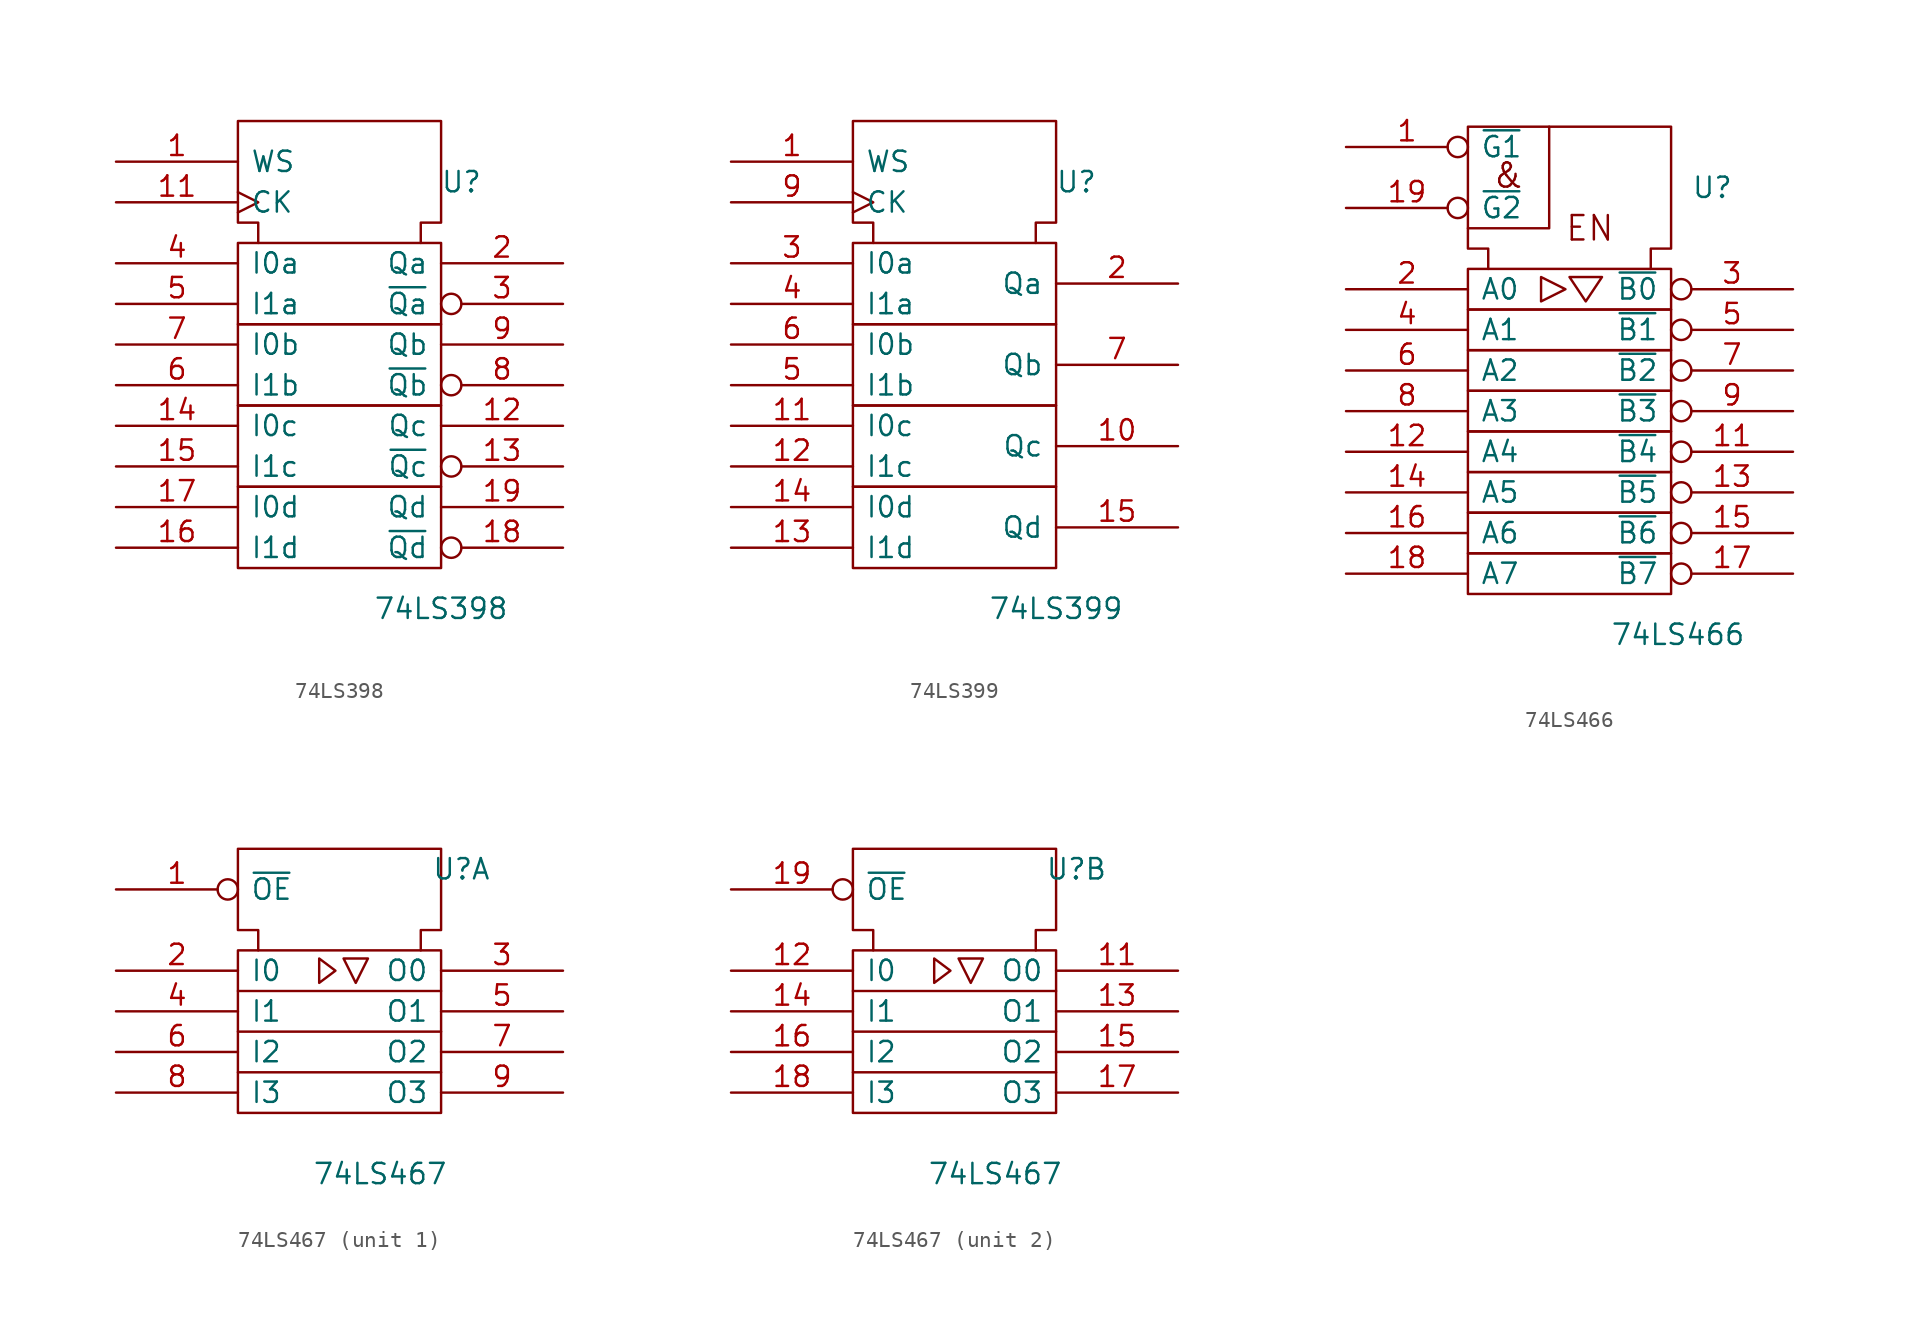
<source format=kicad_sym>
(kicad_symbol_lib
  (version 20201005)
  (generator kicad_symbol_editor)
  (symbol "74LS398"
    (pin_names
      (offset 0.762))
    (property "Reference" "U"
      (at 7.62 10.16 0)
      (effects (font (size 1.27 1.27))))
    (property "Value" "74LS398"
      (at 6.35 -16.51 0)
      (effects (font (size 1.27 1.27))))
    (symbol "74LS398_0_0"
      (rectangle (start -6.35 -8.89) (end 6.35 -13.97) (stroke (width 0)) (fill (type none)))
      (rectangle (start -6.35 -3.81) (end 6.35 -8.89) (stroke (width 0)) (fill (type none)))
      (rectangle (start -6.35 1.27) (end 6.35 -3.81) (stroke (width 0)) (fill (type none)))
      (rectangle (start -6.35 6.35) (end 6.35 1.27) (stroke (width 0)) (fill (type none)))
      (polyline (pts (xy -5.08 6.35) (xy -5.08 7.62) (xy -6.35 7.62) (xy -6.35 13.97) (xy 6.35 13.97) (xy 6.35 7.62) (xy 5.08 7.62) (xy 5.08 6.35) (xy 5.08 6.35)) (stroke (width 0)) (fill (type none)))
      (pin power_in line (at 0 13.97 270) (length 0) hide (name "GND" (effects (font (size 1.27 1.27)))) (number "10" (effects (font (size 1.27 1.27)))))
      (pin power_in line (at 3.81 13.97 270) (length 0) hide (name "VCC" (effects (font (size 1.27 1.27)))) (number "20" (effects (font (size 1.27 1.27))))))
    (symbol "74LS398_1_1"
      (pin input line (at -13.97 11.43 0) (length 7.62) (name "WS" (effects (font (size 1.27 1.27)))) (number "1" (effects (font (size 1.27 1.27)))))
      (pin input clock (at -13.97 8.89 0) (length 7.62) (name "CK" (effects (font (size 1.27 1.27)))) (number "11" (effects (font (size 1.27 1.27)))))
      (pin tri_state line (at 13.97 -5.08 180) (length 7.62) (name "Qc" (effects (font (size 1.27 1.27)))) (number "12" (effects (font (size 1.27 1.27)))))
      (pin output inverted (at 13.97 -7.62 180) (length 7.62) (name "~Qc" (effects (font (size 1.27 1.27)))) (number "13" (effects (font (size 1.27 1.27)))))
      (pin input line (at -13.97 -5.08 0) (length 7.62) (name "I0c" (effects (font (size 1.27 1.27)))) (number "14" (effects (font (size 1.27 1.27)))))
      (pin input line (at -13.97 -7.62 0) (length 7.62) (name "I1c" (effects (font (size 1.27 1.27)))) (number "15" (effects (font (size 1.27 1.27)))))
      (pin input line (at -13.97 -12.7 0) (length 7.62) (name "I1d" (effects (font (size 1.27 1.27)))) (number "16" (effects (font (size 1.27 1.27)))))
      (pin input line (at -13.97 -10.16 0) (length 7.62) (name "I0d" (effects (font (size 1.27 1.27)))) (number "17" (effects (font (size 1.27 1.27)))))
      (pin output inverted (at 13.97 -12.7 180) (length 7.62) (name "~Qd" (effects (font (size 1.27 1.27)))) (number "18" (effects (font (size 1.27 1.27)))))
      (pin tri_state line (at 13.97 -10.16 180) (length 7.62) (name "Qd" (effects (font (size 1.27 1.27)))) (number "19" (effects (font (size 1.27 1.27)))))
      (pin tri_state line (at 13.97 5.08 180) (length 7.62) (name "Qa" (effects (font (size 1.27 1.27)))) (number "2" (effects (font (size 1.27 1.27)))))
      (pin output inverted (at 13.97 2.54 180) (length 7.62) (name "~Qa" (effects (font (size 1.27 1.27)))) (number "3" (effects (font (size 1.27 1.27)))))
      (pin input line (at -13.97 5.08 0) (length 7.62) (name "I0a" (effects (font (size 1.27 1.27)))) (number "4" (effects (font (size 1.27 1.27)))))
      (pin input line (at -13.97 2.54 0) (length 7.62) (name "I1a" (effects (font (size 1.27 1.27)))) (number "5" (effects (font (size 1.27 1.27)))))
      (pin input line (at -13.97 -2.54 0) (length 7.62) (name "I1b" (effects (font (size 1.27 1.27)))) (number "6" (effects (font (size 1.27 1.27)))))
      (pin input line (at -13.97 0 0) (length 7.62) (name "I0b" (effects (font (size 1.27 1.27)))) (number "7" (effects (font (size 1.27 1.27)))))
      (pin output inverted (at 13.97 -2.54 180) (length 7.62) (name "~Qb" (effects (font (size 1.27 1.27)))) (number "8" (effects (font (size 1.27 1.27)))))
      (pin tri_state line (at 13.97 0 180) (length 7.62) (name "Qb" (effects (font (size 1.27 1.27)))) (number "9" (effects (font (size 1.27 1.27)))))))
  (symbol "74LS399"
    (pin_names
      (offset 0.762))
    (property "Reference" "U"
      (at 7.62 10.16 0)
      (effects (font (size 1.27 1.27))))
    (property "Value" "74LS399"
      (at 6.35 -16.51 0)
      (effects (font (size 1.27 1.27))))
    (symbol "74LS399_0_0"
      (rectangle (start -6.35 -8.89) (end 6.35 -13.97) (stroke (width 0)) (fill (type none)))
      (rectangle (start -6.35 -3.81) (end 6.35 -8.89) (stroke (width 0)) (fill (type none)))
      (rectangle (start -6.35 1.27) (end 6.35 -3.81) (stroke (width 0)) (fill (type none)))
      (rectangle (start -6.35 6.35) (end 6.35 1.27) (stroke (width 0)) (fill (type none)))
      (polyline (pts (xy -5.08 6.35) (xy -5.08 7.62) (xy -6.35 7.62) (xy -6.35 13.97) (xy 6.35 13.97) (xy 6.35 7.62) (xy 5.08 7.62) (xy 5.08 6.35) (xy 5.08 6.35)) (stroke (width 0)) (fill (type none)))
      (pin power_in line (at 3.81 13.97 270) (length 0) hide (name "VCC" (effects (font (size 1.27 1.27)))) (number "16" (effects (font (size 1.27 1.27)))))
      (pin power_in line (at 0 13.97 270) (length 0) hide (name "GND" (effects (font (size 1.27 1.27)))) (number "8" (effects (font (size 1.27 1.27))))))
    (symbol "74LS399_1_1"
      (pin input line (at -13.97 11.43 0) (length 7.62) (name "WS" (effects (font (size 1.27 1.27)))) (number "1" (effects (font (size 1.27 1.27)))))
      (pin tri_state line (at 13.97 -6.35 180) (length 7.62) (name "Qc" (effects (font (size 1.27 1.27)))) (number "10" (effects (font (size 1.27 1.27)))))
      (pin input line (at -13.97 -5.08 0) (length 7.62) (name "I0c" (effects (font (size 1.27 1.27)))) (number "11" (effects (font (size 1.27 1.27)))))
      (pin input line (at -13.97 -7.62 0) (length 7.62) (name "I1c" (effects (font (size 1.27 1.27)))) (number "12" (effects (font (size 1.27 1.27)))))
      (pin input line (at -13.97 -12.7 0) (length 7.62) (name "I1d" (effects (font (size 1.27 1.27)))) (number "13" (effects (font (size 1.27 1.27)))))
      (pin input line (at -13.97 -10.16 0) (length 7.62) (name "I0d" (effects (font (size 1.27 1.27)))) (number "14" (effects (font (size 1.27 1.27)))))
      (pin tri_state line (at 13.97 -11.43 180) (length 7.62) (name "Qd" (effects (font (size 1.27 1.27)))) (number "15" (effects (font (size 1.27 1.27)))))
      (pin tri_state line (at 13.97 3.81 180) (length 7.62) (name "Qa" (effects (font (size 1.27 1.27)))) (number "2" (effects (font (size 1.27 1.27)))))
      (pin input line (at -13.97 5.08 0) (length 7.62) (name "I0a" (effects (font (size 1.27 1.27)))) (number "3" (effects (font (size 1.27 1.27)))))
      (pin input line (at -13.97 2.54 0) (length 7.62) (name "I1a" (effects (font (size 1.27 1.27)))) (number "4" (effects (font (size 1.27 1.27)))))
      (pin input line (at -13.97 -2.54 0) (length 7.62) (name "I1b" (effects (font (size 1.27 1.27)))) (number "5" (effects (font (size 1.27 1.27)))))
      (pin input line (at -13.97 0 0) (length 7.62) (name "I0b" (effects (font (size 1.27 1.27)))) (number "6" (effects (font (size 1.27 1.27)))))
      (pin tri_state line (at 13.97 -1.27 180) (length 7.62) (name "Qb" (effects (font (size 1.27 1.27)))) (number "7" (effects (font (size 1.27 1.27)))))
      (pin input clock (at -13.97 8.89 0) (length 7.62) (name "CK" (effects (font (size 1.27 1.27)))) (number "9" (effects (font (size 1.27 1.27)))))))
  (symbol "74LS466"
    (pin_names
      (offset 0.762))
    (property "Reference" "U"
      (at 7.62 12.7 0)
      (effects (font (size 1.27 1.27)) (justify left)))
    (property "Value" "74LS466"
      (at 2.54 -15.24 0)
      (effects (font (size 1.27 1.27)) (justify left)))
    (symbol "74LS466_0_0"
      (text "&" (at -3.81 13.462 0) (effects (font (size 1.524 1.524))))
      (text "EN" (at 1.27 10.16 0) (effects (font (size 1.524 1.524))))
      (polyline (pts (xy -1.27 16.51) (xy -1.27 10.16) (xy -6.35 10.16) (xy -6.35 10.16)) (stroke (width 0)) (fill (type none)))
      (polyline (pts (xy -1.778 7.112) (xy -1.778 5.588) (xy -0.254 6.35) (xy -1.778 7.112) (xy -1.778 7.112)) (stroke (width 0)) (fill (type none)))
      (polyline (pts (xy 0 7.112) (xy 2.032 7.112) (xy 1.016 5.588) (xy 0 7.112) (xy 0 7.112)) (stroke (width 0)) (fill (type none)))
      (pin power_in line (at 1.27 16.51 270) (length 0) hide (name "GND" (effects (font (size 1.27 1.27)))) (number "10" (effects (font (size 1.27 1.27)))))
      (pin power_in line (at 5.08 16.51 270) (length 0) hide (name "VCC" (effects (font (size 1.27 1.27)))) (number "20" (effects (font (size 1.27 1.27))))))
    (symbol "74LS466_0_1"
      (rectangle (start -6.35 -10.16) (end 6.35 -12.7) (stroke (width 0)) (fill (type none)))
      (rectangle (start -6.35 -7.62) (end 6.35 -10.16) (stroke (width 0)) (fill (type none)))
      (rectangle (start -6.35 -5.08) (end 6.35 -7.62) (stroke (width 0)) (fill (type none)))
      (rectangle (start -6.35 -2.54) (end 6.35 -5.08) (stroke (width 0)) (fill (type none)))
      (rectangle (start -6.35 0) (end 6.35 -2.54) (stroke (width 0)) (fill (type none)))
      (rectangle (start -6.35 2.54) (end 6.35 0) (stroke (width 0)) (fill (type none)))
      (rectangle (start -6.35 5.08) (end 6.35 2.54) (stroke (width 0)) (fill (type none)))
      (rectangle (start -6.35 7.62) (end 6.35 5.08) (stroke (width 0)) (fill (type none)))
      (polyline (pts (xy -5.08 7.62) (xy -5.08 8.89) (xy -6.35 8.89) (xy -6.35 16.51) (xy 6.35 16.51) (xy 6.35 8.89) (xy 5.08 8.89) (xy 5.08 7.62) (xy 5.08 7.62)) (stroke (width 0)) (fill (type none))))
    (symbol "74LS466_1_1"
      (pin input inverted (at -13.97 15.24 0) (length 7.62) (name "~G1" (effects (font (size 1.27 1.27)))) (number "1" (effects (font (size 1.27 1.27)))))
      (pin tri_state inverted (at 13.97 -3.81 180) (length 7.62) (name "~B4" (effects (font (size 1.27 1.27)))) (number "11" (effects (font (size 1.27 1.27)))))
      (pin tri_state line (at -13.97 -3.81 0) (length 7.62) (name "A4" (effects (font (size 1.27 1.27)))) (number "12" (effects (font (size 1.27 1.27)))))
      (pin tri_state inverted (at 13.97 -6.35 180) (length 7.62) (name "~B5" (effects (font (size 1.27 1.27)))) (number "13" (effects (font (size 1.27 1.27)))))
      (pin tri_state line (at -13.97 -6.35 0) (length 7.62) (name "A5" (effects (font (size 1.27 1.27)))) (number "14" (effects (font (size 1.27 1.27)))))
      (pin tri_state inverted (at 13.97 -8.89 180) (length 7.62) (name "~B6" (effects (font (size 1.27 1.27)))) (number "15" (effects (font (size 1.27 1.27)))))
      (pin tri_state line (at -13.97 -8.89 0) (length 7.62) (name "A6" (effects (font (size 1.27 1.27)))) (number "16" (effects (font (size 1.27 1.27)))))
      (pin tri_state inverted (at 13.97 -11.43 180) (length 7.62) (name "~B7" (effects (font (size 1.27 1.27)))) (number "17" (effects (font (size 1.27 1.27)))))
      (pin tri_state line (at -13.97 -11.43 0) (length 7.62) (name "A7" (effects (font (size 1.27 1.27)))) (number "18" (effects (font (size 1.27 1.27)))))
      (pin input inverted (at -13.97 11.43 0) (length 7.62) (name "~G2" (effects (font (size 1.27 1.27)))) (number "19" (effects (font (size 1.27 1.27)))))
      (pin tri_state line (at -13.97 6.35 0) (length 7.62) (name "A0" (effects (font (size 1.27 1.27)))) (number "2" (effects (font (size 1.27 1.27)))))
      (pin tri_state inverted (at 13.97 6.35 180) (length 7.62) (name "~B0" (effects (font (size 1.27 1.27)))) (number "3" (effects (font (size 1.27 1.27)))))
      (pin tri_state line (at -13.97 3.81 0) (length 7.62) (name "A1" (effects (font (size 1.27 1.27)))) (number "4" (effects (font (size 1.27 1.27)))))
      (pin tri_state inverted (at 13.97 3.81 180) (length 7.62) (name "~B1" (effects (font (size 1.27 1.27)))) (number "5" (effects (font (size 1.27 1.27)))))
      (pin tri_state line (at -13.97 1.27 0) (length 7.62) (name "A2" (effects (font (size 1.27 1.27)))) (number "6" (effects (font (size 1.27 1.27)))))
      (pin tri_state inverted (at 13.97 1.27 180) (length 7.62) (name "~B2" (effects (font (size 1.27 1.27)))) (number "7" (effects (font (size 1.27 1.27)))))
      (pin tri_state line (at -13.97 -1.27 0) (length 7.62) (name "A3" (effects (font (size 1.27 1.27)))) (number "8" (effects (font (size 1.27 1.27)))))
      (pin tri_state inverted (at 13.97 -1.27 180) (length 7.62) (name "~B3" (effects (font (size 1.27 1.27)))) (number "9" (effects (font (size 1.27 1.27)))))))
  (symbol "74LS467"
    (pin_names
      (offset 0.762))
    (property "Reference" "U"
      (at 7.62 8.89 0)
      (effects (font (size 1.27 1.27))))
    (property "Value" "74LS467"
      (at 2.54 -10.16 0)
      (effects (font (size 1.27 1.27))))
    (symbol "74LS467_0_0"
      (polyline (pts (xy 0.254 3.302) (xy 1.778 3.302) (xy 1.016 1.778) (xy 0.254 3.302) (xy 0.254 3.302)) (stroke (width 0)) (fill (type none)))
      (pin power_in line (at 1.27 10.16 270) (length 0) hide (name "GND" (effects (font (size 1.27 1.27)))) (number "10" (effects (font (size 1.27 1.27)))))
      (pin power_in line (at 5.08 10.16 270) (length 0) hide (name "VCC" (effects (font (size 1.27 1.27)))) (number "20" (effects (font (size 1.27 1.27))))))
    (symbol "74LS467_0_1"
      (rectangle (start -6.35 3.81) (end 6.35 -6.35) (stroke (width 0)) (fill (type none)))
      (polyline (pts (xy -6.35 -1.27) (xy 6.35 -1.27) (xy 6.35 -1.27)) (stroke (width 0)) (fill (type none)))
      (polyline (pts (xy 6.35 -3.81) (xy -6.35 -3.81) (xy -6.35 -3.81)) (stroke (width 0)) (fill (type none)))
      (polyline (pts (xy 6.35 1.27) (xy -6.35 1.27) (xy -6.35 1.27)) (stroke (width 0)) (fill (type none)))
      (polyline (pts (xy -1.27 3.302) (xy -1.27 1.778) (xy -0.254 2.54) (xy -1.27 3.302) (xy -1.27 3.302)) (stroke (width 0)) (fill (type none)))
      (polyline (pts (xy -5.08 3.81) (xy -5.08 5.08) (xy -6.35 5.08) (xy -6.35 10.16) (xy 6.35 10.16) (xy 6.35 5.08) (xy 5.08 5.08) (xy 5.08 3.81) (xy 5.08 3.81)) (stroke (width 0)) (fill (type none))))
    (symbol "74LS467_1_1"
      (pin input inverted (at -13.97 7.62 0) (length 7.62) (name "~OE" (effects (font (size 1.27 1.27)))) (number "1" (effects (font (size 1.27 1.27)))))
      (pin input line (at -13.97 2.54 0) (length 7.62) (name "I0" (effects (font (size 1.27 1.27)))) (number "2" (effects (font (size 1.27 1.27)))))
      (pin tri_state line (at 13.97 2.54 180) (length 7.62) (name "O0" (effects (font (size 1.27 1.27)))) (number "3" (effects (font (size 1.27 1.27)))))
      (pin input line (at -13.97 0 0) (length 7.62) (name "I1" (effects (font (size 1.27 1.27)))) (number "4" (effects (font (size 1.27 1.27)))))
      (pin tri_state line (at 13.97 0 180) (length 7.62) (name "O1" (effects (font (size 1.27 1.27)))) (number "5" (effects (font (size 1.27 1.27)))))
      (pin input line (at -13.97 -2.54 0) (length 7.62) (name "I2" (effects (font (size 1.27 1.27)))) (number "6" (effects (font (size 1.27 1.27)))))
      (pin tri_state line (at 13.97 -2.54 180) (length 7.62) (name "O2" (effects (font (size 1.27 1.27)))) (number "7" (effects (font (size 1.27 1.27)))))
      (pin input line (at -13.97 -5.08 0) (length 7.62) (name "I3" (effects (font (size 1.27 1.27)))) (number "8" (effects (font (size 1.27 1.27)))))
      (pin tri_state line (at 13.97 -5.08 180) (length 7.62) (name "O3" (effects (font (size 1.27 1.27)))) (number "9" (effects (font (size 1.27 1.27))))))
    (symbol "74LS467_2_1"
      (pin tri_state line (at 13.97 2.54 180) (length 7.62) (name "O0" (effects (font (size 1.27 1.27)))) (number "11" (effects (font (size 1.27 1.27)))))
      (pin input line (at -13.97 2.54 0) (length 7.62) (name "I0" (effects (font (size 1.27 1.27)))) (number "12" (effects (font (size 1.27 1.27)))))
      (pin tri_state line (at 13.97 0 180) (length 7.62) (name "O1" (effects (font (size 1.27 1.27)))) (number "13" (effects (font (size 1.27 1.27)))))
      (pin input line (at -13.97 0 0) (length 7.62) (name "I1" (effects (font (size 1.27 1.27)))) (number "14" (effects (font (size 1.27 1.27)))))
      (pin tri_state line (at 13.97 -2.54 180) (length 7.62) (name "O2" (effects (font (size 1.27 1.27)))) (number "15" (effects (font (size 1.27 1.27)))))
      (pin input line (at -13.97 -2.54 0) (length 7.62) (name "I2" (effects (font (size 1.27 1.27)))) (number "16" (effects (font (size 1.27 1.27)))))
      (pin tri_state line (at 13.97 -5.08 180) (length 7.62) (name "O3" (effects (font (size 1.27 1.27)))) (number "17" (effects (font (size 1.27 1.27)))))
      (pin input line (at -13.97 -5.08 0) (length 7.62) (name "I3" (effects (font (size 1.27 1.27)))) (number "18" (effects (font (size 1.27 1.27)))))
      (pin input inverted (at -13.97 7.62 0) (length 7.62) (name "~OE" (effects (font (size 1.27 1.27)))) (number "19" (effects (font (size 1.27 1.27))))))))
</source>
